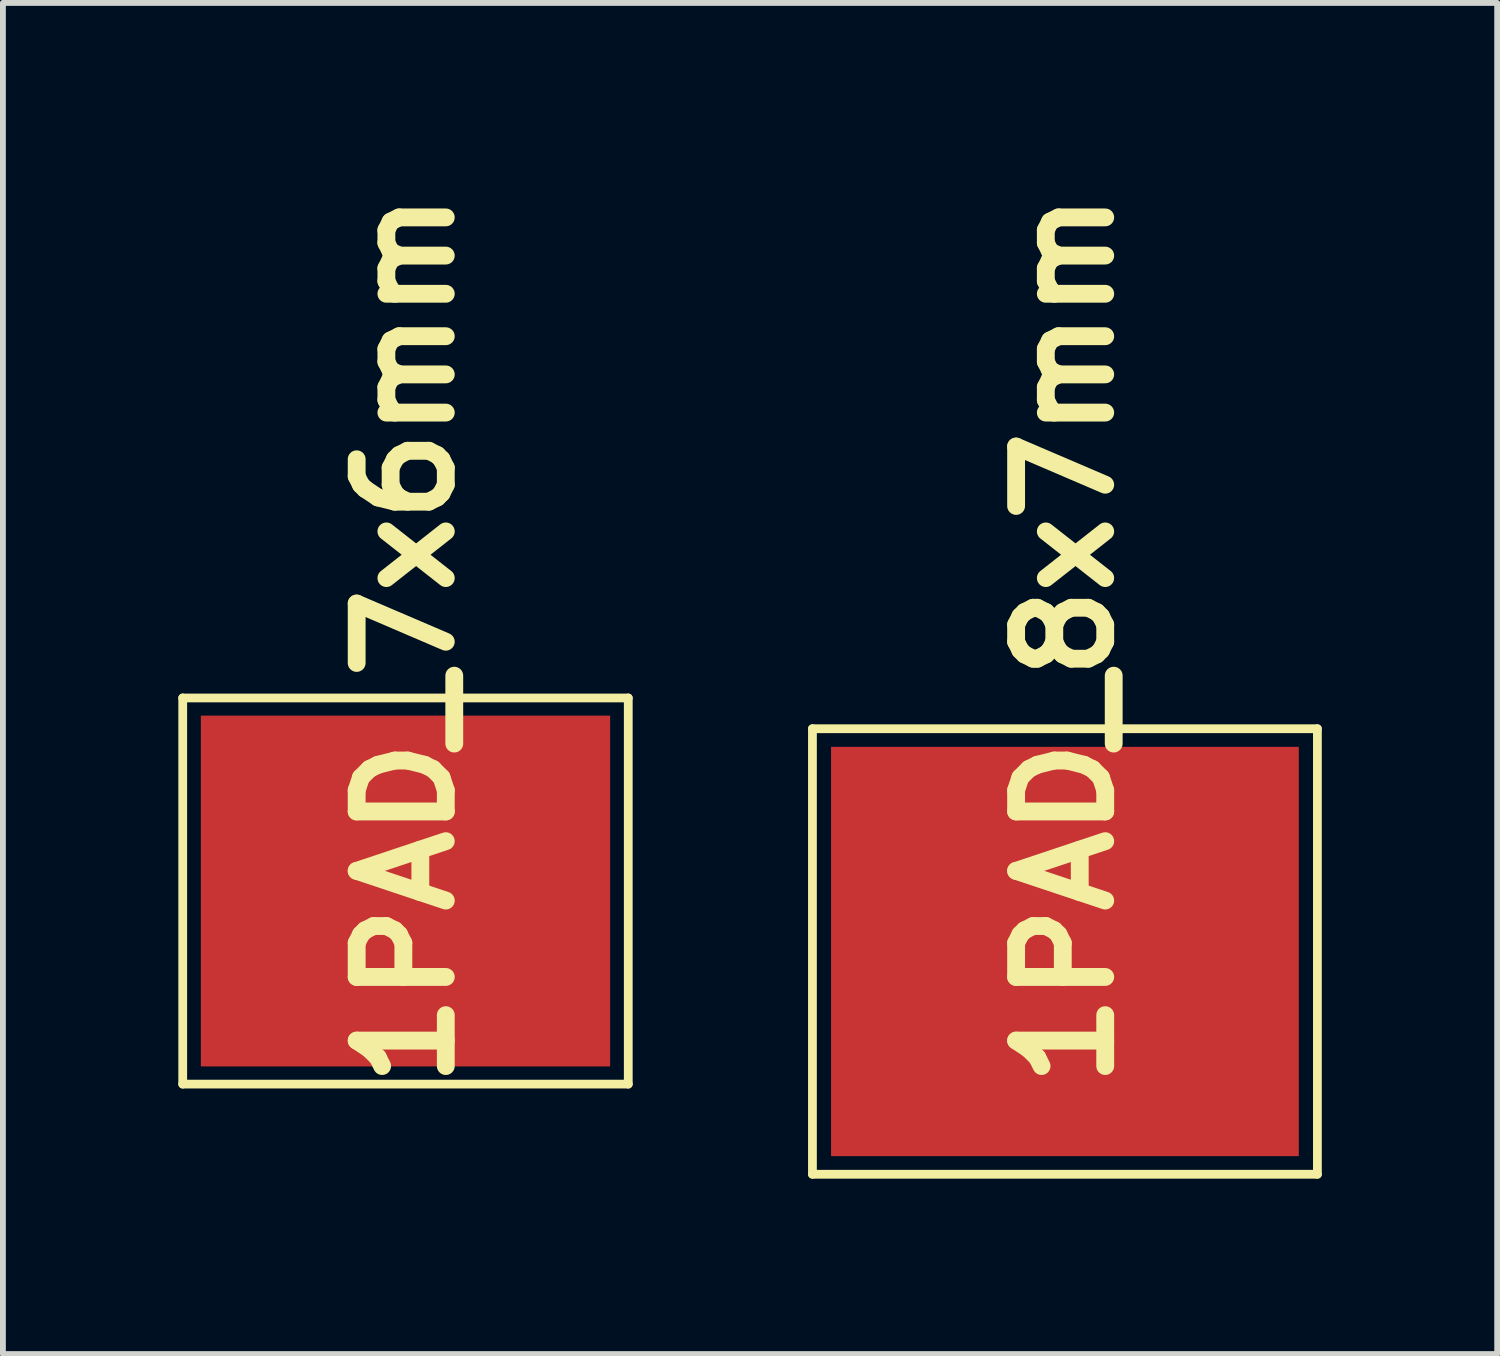
<source format=kicad_pcb>
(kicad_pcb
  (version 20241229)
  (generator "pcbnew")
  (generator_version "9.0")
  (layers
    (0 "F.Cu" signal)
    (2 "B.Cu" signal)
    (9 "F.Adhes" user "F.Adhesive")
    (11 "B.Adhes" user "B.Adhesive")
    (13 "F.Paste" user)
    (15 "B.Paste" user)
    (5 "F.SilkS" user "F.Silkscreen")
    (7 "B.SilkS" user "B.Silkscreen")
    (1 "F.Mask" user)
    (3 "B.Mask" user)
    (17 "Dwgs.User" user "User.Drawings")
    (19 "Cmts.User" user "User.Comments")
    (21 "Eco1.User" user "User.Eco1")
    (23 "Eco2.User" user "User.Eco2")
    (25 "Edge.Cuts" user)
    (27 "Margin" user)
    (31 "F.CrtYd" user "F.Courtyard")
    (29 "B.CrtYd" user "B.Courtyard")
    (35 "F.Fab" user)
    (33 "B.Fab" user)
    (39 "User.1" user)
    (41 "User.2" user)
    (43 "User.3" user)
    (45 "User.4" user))
  (footprint "1PAD_7x6mm"
    (layer "F.Cu")
    (at 3.885 12.189)
    (property "Reference" "1PAD_7x6mm" (at 0 -4.3 270) (layer "F.SilkS") (effects (font (size 1.524 1.524) (thickness 0.305))))
    (attr through_hole)
    (fp_line (start -3.81 -3.302) (end 3.81 -3.302) (stroke (width 0.15) (type solid)) (layer "F.SilkS"))
    (fp_line (start -3.81 3.302) (end -3.81 -3.302) (stroke (width 0.15) (type solid)) (layer "F.SilkS"))
    (fp_line (start 3.81 -3.302) (end 3.81 3.302) (stroke (width 0.15) (type solid)) (layer "F.SilkS"))
    (fp_line (start 3.81 3.302) (end -3.81 3.302) (stroke (width 0.15) (type solid)) (layer "F.SilkS"))
    (pad "1" smd rect (at 0 0) (size 7 6) (layers "F.Cu" "F.Mask" "F.Paste")))
  (footprint "1PAD_8x7mm"
    (layer "F.Cu")
    (at 15.163 13.223)
    (property "Reference" "1PAD_8x7mm" (at 0 -5.334 270) (layer "F.SilkS") (effects (font (size 1.524 1.524) (thickness 0.305))))
    (attr through_hole)
    (fp_line (start -4.318 -3.81) (end 4.318 -3.81) (stroke (width 0.15) (type solid)) (layer "F.SilkS"))
    (fp_line (start -4.318 3.81) (end -4.318 -3.81) (stroke (width 0.15) (type solid)) (layer "F.SilkS"))
    (fp_line (start 4.318 -3.81) (end 4.318 3.81) (stroke (width 0.15) (type solid)) (layer "F.SilkS"))
    (fp_line (start 4.318 3.81) (end -4.318 3.81) (stroke (width 0.15) (type solid)) (layer "F.SilkS"))
    (pad "1" smd rect (at 0 0) (size 8 7) (layers "F.Cu" "F.Mask" "F.Paste")))
  (gr_rect
    (start -3 -3)
    (end 22.556 20.108)
    (stroke (width 0.1) (type default))
    (fill no)
    (layer "Edge.Cuts")))
</source>
